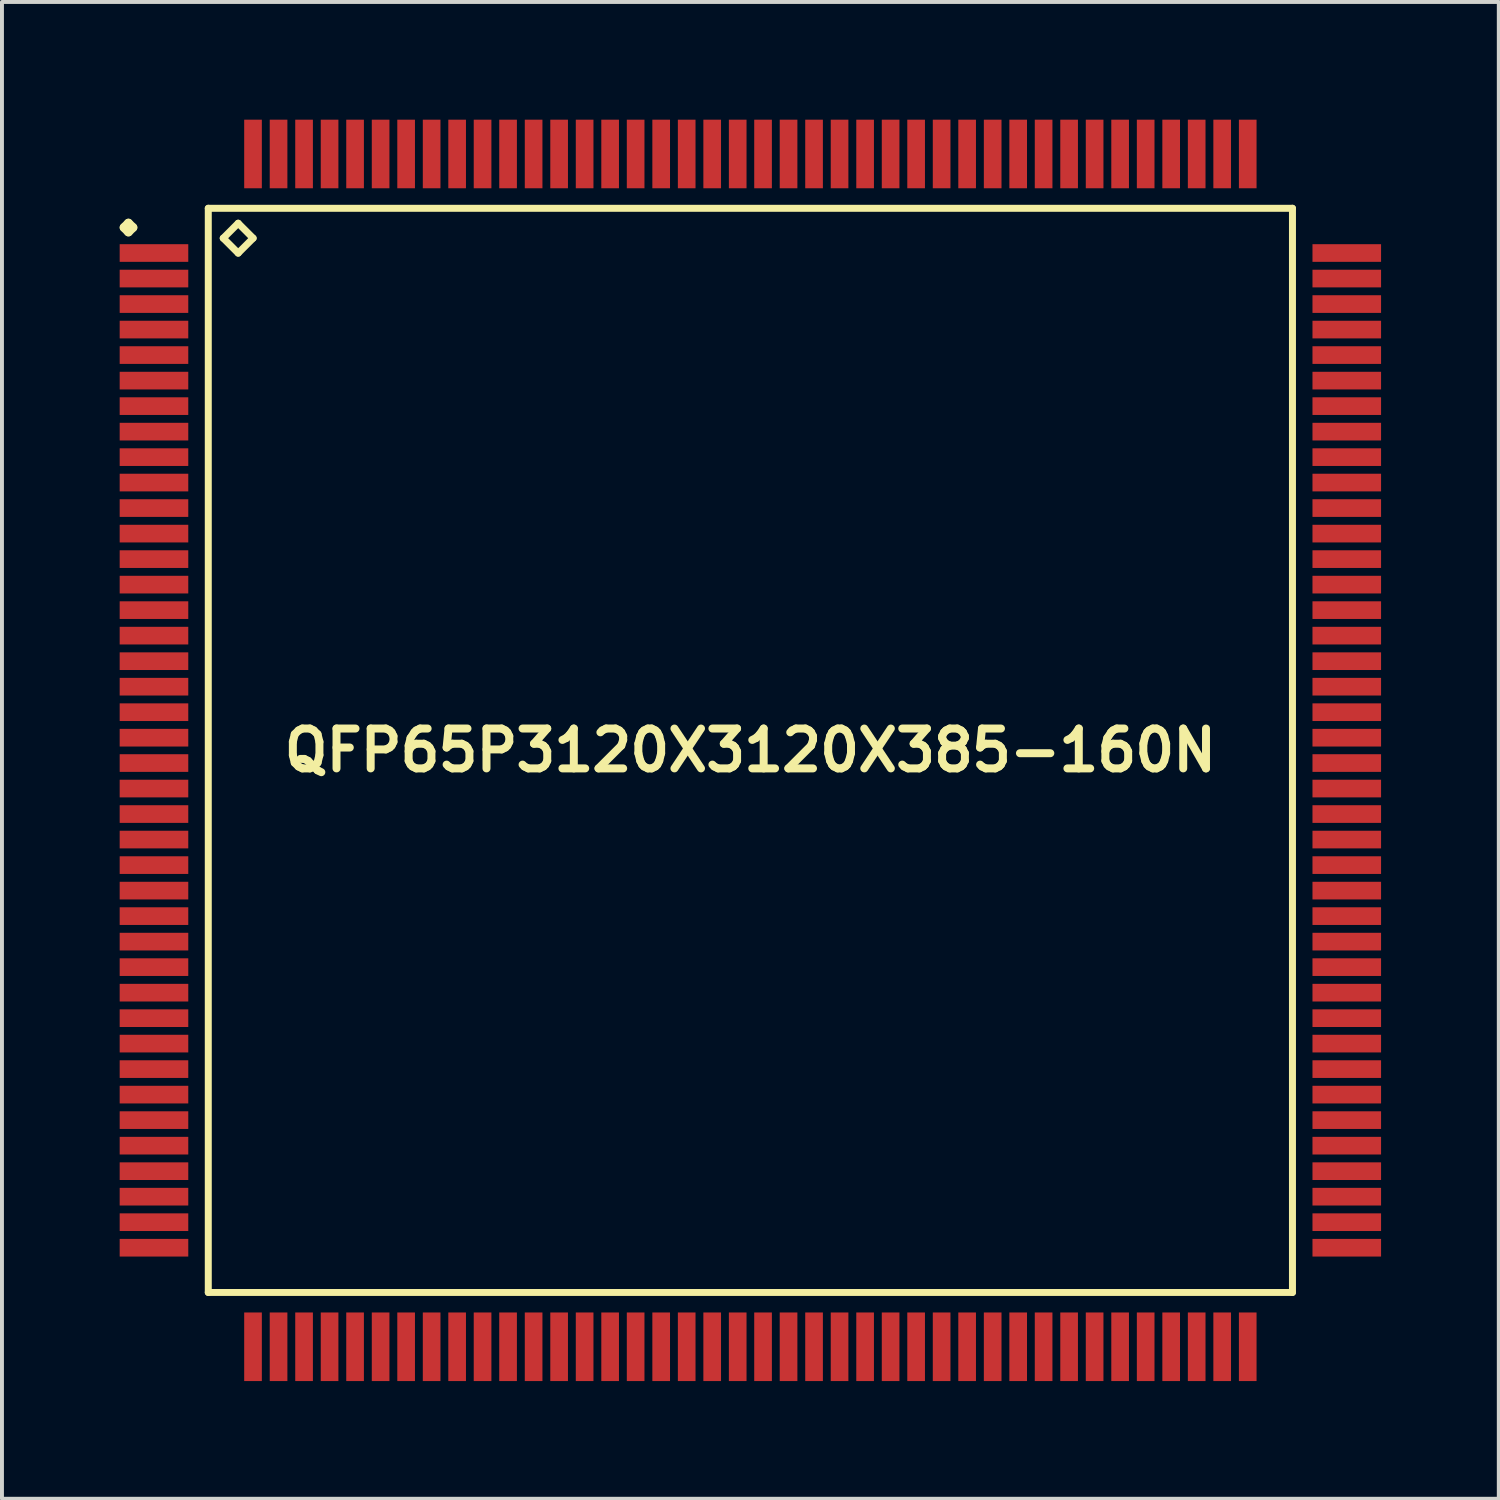
<source format=kicad_pcb>
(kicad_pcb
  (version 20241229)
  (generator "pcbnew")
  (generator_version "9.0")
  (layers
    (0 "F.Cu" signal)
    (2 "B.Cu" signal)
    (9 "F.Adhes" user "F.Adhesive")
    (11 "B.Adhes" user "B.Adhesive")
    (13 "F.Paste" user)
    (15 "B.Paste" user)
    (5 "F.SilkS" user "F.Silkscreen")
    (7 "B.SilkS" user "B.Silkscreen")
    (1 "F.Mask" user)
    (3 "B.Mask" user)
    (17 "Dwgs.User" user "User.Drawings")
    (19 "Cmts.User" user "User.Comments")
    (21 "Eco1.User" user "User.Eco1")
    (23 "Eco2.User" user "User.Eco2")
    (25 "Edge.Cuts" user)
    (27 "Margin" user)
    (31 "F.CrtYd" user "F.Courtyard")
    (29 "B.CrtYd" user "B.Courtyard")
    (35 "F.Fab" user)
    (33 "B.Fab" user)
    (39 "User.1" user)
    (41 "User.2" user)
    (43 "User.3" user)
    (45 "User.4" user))
  (footprint "QFP65P3120X3120X385-160N"
    (layer "F.Cu")
    (at 16.073 16.073)
    (property "Reference" "QFP65P3120X3120X385-160N" (at 0 0 0) (layer "F.SilkS") (effects (font (size 1.016 1.016) (thickness 0.203))))
    (attr smd)
    (fp_line (start -15.961 -13.325) (end -15.85 -13.437) (stroke (width 0.224) (type solid)) (layer "F.SilkS"))
    (fp_line (start -15.85 -13.437) (end -15.735 -13.325) (stroke (width 0.224) (type solid)) (layer "F.SilkS"))
    (fp_line (start -15.85 -13.211) (end -15.961 -13.325) (stroke (width 0.224) (type solid)) (layer "F.SilkS"))
    (fp_line (start -15.735 -13.325) (end -15.85 -13.211) (stroke (width 0.224) (type solid)) (layer "F.SilkS"))
    (fp_line (start -13.815 -13.815) (end -13.815 13.815) (stroke (width 0.178) (type solid)) (layer "F.SilkS"))
    (fp_line (start -13.815 13.815) (end 13.815 13.815) (stroke (width 0.178) (type solid)) (layer "F.SilkS"))
    (fp_line (start -13.434 -13.053) (end -13.053 -13.434) (stroke (width 0.178) (type solid)) (layer "F.SilkS"))
    (fp_line (start -13.053 -13.434) (end -12.672 -13.053) (stroke (width 0.178) (type solid)) (layer "F.SilkS"))
    (fp_line (start -13.053 -12.672) (end -13.434 -13.053) (stroke (width 0.178) (type solid)) (layer "F.SilkS"))
    (fp_line (start -12.672 -13.053) (end -13.053 -12.672) (stroke (width 0.178) (type solid)) (layer "F.SilkS"))
    (fp_line (start 13.815 -13.815) (end -13.815 -13.815) (stroke (width 0.178) (type solid)) (layer "F.SilkS"))
    (fp_line (start 13.815 13.815) (end 13.815 -13.815) (stroke (width 0.178) (type solid)) (layer "F.SilkS"))
    (pad "1" smd rect (at -15.199 -12.675) (size 1.748 0.45) (layers "F.Cu" "F.Mask" "F.Paste"))
    (pad "2" smd rect (at -15.199 -12.024) (size 1.748 0.45) (layers "F.Cu" "F.Mask" "F.Paste"))
    (pad "3" smd rect (at -15.199 -11.374) (size 1.748 0.45) (layers "F.Cu" "F.Mask" "F.Paste"))
    (pad "4" smd rect (at -15.199 -10.724) (size 1.748 0.45) (layers "F.Cu" "F.Mask" "F.Paste"))
    (pad "5" smd rect (at -15.199 -10.074) (size 1.748 0.45) (layers "F.Cu" "F.Mask" "F.Paste"))
    (pad "6" smd rect (at -15.199 -9.423) (size 1.748 0.45) (layers "F.Cu" "F.Mask" "F.Paste"))
    (pad "7" smd rect (at -15.199 -8.773) (size 1.748 0.45) (layers "F.Cu" "F.Mask" "F.Paste"))
    (pad "8" smd rect (at -15.199 -8.123) (size 1.748 0.45) (layers "F.Cu" "F.Mask" "F.Paste"))
    (pad "9" smd rect (at -15.199 -7.473) (size 1.748 0.45) (layers "F.Cu" "F.Mask" "F.Paste"))
    (pad "10" smd rect (at -15.199 -6.825) (size 1.748 0.45) (layers "F.Cu" "F.Mask" "F.Paste"))
    (pad "11" smd rect (at -15.199 -6.175) (size 1.748 0.45) (layers "F.Cu" "F.Mask" "F.Paste"))
    (pad "12" smd rect (at -15.199 -5.524) (size 1.748 0.45) (layers "F.Cu" "F.Mask" "F.Paste"))
    (pad "13" smd rect (at -15.199 -4.874) (size 1.748 0.45) (layers "F.Cu" "F.Mask" "F.Paste"))
    (pad "14" smd rect (at -15.199 -4.224) (size 1.748 0.45) (layers "F.Cu" "F.Mask" "F.Paste"))
    (pad "15" smd rect (at -15.199 -3.574) (size 1.748 0.45) (layers "F.Cu" "F.Mask" "F.Paste"))
    (pad "16" smd rect (at -15.199 -2.924) (size 1.748 0.45) (layers "F.Cu" "F.Mask" "F.Paste"))
    (pad "17" smd rect (at -15.199 -2.273) (size 1.748 0.45) (layers "F.Cu" "F.Mask" "F.Paste"))
    (pad "18" smd rect (at -15.199 -1.623) (size 1.748 0.45) (layers "F.Cu" "F.Mask" "F.Paste"))
    (pad "19" smd rect (at -15.199 -0.973) (size 1.748 0.45) (layers "F.Cu" "F.Mask" "F.Paste"))
    (pad "20" smd rect (at -15.199 -0.323) (size 1.748 0.45) (layers "F.Cu" "F.Mask" "F.Paste"))
    (pad "21" smd rect (at -15.199 0.323) (size 1.748 0.45) (layers "F.Cu" "F.Mask" "F.Paste"))
    (pad "22" smd rect (at -15.199 0.973) (size 1.748 0.45) (layers "F.Cu" "F.Mask" "F.Paste"))
    (pad "23" smd rect (at -15.199 1.623) (size 1.748 0.45) (layers "F.Cu" "F.Mask" "F.Paste"))
    (pad "24" smd rect (at -15.199 2.273) (size 1.748 0.45) (layers "F.Cu" "F.Mask" "F.Paste"))
    (pad "25" smd rect (at -15.199 2.924) (size 1.748 0.45) (layers "F.Cu" "F.Mask" "F.Paste"))
    (pad "26" smd rect (at -15.199 3.574) (size 1.748 0.45) (layers "F.Cu" "F.Mask" "F.Paste"))
    (pad "27" smd rect (at -15.199 4.224) (size 1.748 0.45) (layers "F.Cu" "F.Mask" "F.Paste"))
    (pad "28" smd rect (at -15.199 4.874) (size 1.748 0.45) (layers "F.Cu" "F.Mask" "F.Paste"))
    (pad "29" smd rect (at -15.199 5.524) (size 1.748 0.45) (layers "F.Cu" "F.Mask" "F.Paste"))
    (pad "30" smd rect (at -15.199 6.175) (size 1.748 0.45) (layers "F.Cu" "F.Mask" "F.Paste"))
    (pad "31" smd rect (at -15.199 6.825) (size 1.748 0.45) (layers "F.Cu" "F.Mask" "F.Paste"))
    (pad "32" smd rect (at -15.199 7.473) (size 1.748 0.45) (layers "F.Cu" "F.Mask" "F.Paste"))
    (pad "33" smd rect (at -15.199 8.123) (size 1.748 0.45) (layers "F.Cu" "F.Mask" "F.Paste"))
    (pad "34" smd rect (at -15.199 8.773) (size 1.748 0.45) (layers "F.Cu" "F.Mask" "F.Paste"))
    (pad "35" smd rect (at -15.199 9.423) (size 1.748 0.45) (layers "F.Cu" "F.Mask" "F.Paste"))
    (pad "36" smd rect (at -15.199 10.074) (size 1.748 0.45) (layers "F.Cu" "F.Mask" "F.Paste"))
    (pad "37" smd rect (at -15.199 10.724) (size 1.748 0.45) (layers "F.Cu" "F.Mask" "F.Paste"))
    (pad "38" smd rect (at -15.199 11.374) (size 1.748 0.45) (layers "F.Cu" "F.Mask" "F.Paste"))
    (pad "39" smd rect (at -15.199 12.024) (size 1.748 0.45) (layers "F.Cu" "F.Mask" "F.Paste"))
    (pad "40" smd rect (at -15.199 12.675) (size 1.748 0.45) (layers "F.Cu" "F.Mask" "F.Paste"))
    (pad "41" smd rect (at -12.675 15.199) (size 0.45 1.748) (layers "F.Cu" "F.Mask" "F.Paste"))
    (pad "42" smd rect (at -12.024 15.199) (size 0.45 1.748) (layers "F.Cu" "F.Mask" "F.Paste"))
    (pad "43" smd rect (at -11.374 15.199) (size 0.45 1.748) (layers "F.Cu" "F.Mask" "F.Paste"))
    (pad "44" smd rect (at -10.724 15.199) (size 0.45 1.748) (layers "F.Cu" "F.Mask" "F.Paste"))
    (pad "45" smd rect (at -10.074 15.199) (size 0.45 1.748) (layers "F.Cu" "F.Mask" "F.Paste"))
    (pad "46" smd rect (at -9.423 15.199) (size 0.45 1.748) (layers "F.Cu" "F.Mask" "F.Paste"))
    (pad "47" smd rect (at -8.773 15.199) (size 0.45 1.748) (layers "F.Cu" "F.Mask" "F.Paste"))
    (pad "48" smd rect (at -8.123 15.199) (size 0.45 1.748) (layers "F.Cu" "F.Mask" "F.Paste"))
    (pad "49" smd rect (at -7.473 15.199) (size 0.45 1.748) (layers "F.Cu" "F.Mask" "F.Paste"))
    (pad "50" smd rect (at -6.825 15.199) (size 0.45 1.748) (layers "F.Cu" "F.Mask" "F.Paste"))
    (pad "51" smd rect (at -6.175 15.199) (size 0.45 1.748) (layers "F.Cu" "F.Mask" "F.Paste"))
    (pad "52" smd rect (at -5.524 15.199) (size 0.45 1.748) (layers "F.Cu" "F.Mask" "F.Paste"))
    (pad "53" smd rect (at -4.874 15.199) (size 0.45 1.748) (layers "F.Cu" "F.Mask" "F.Paste"))
    (pad "54" smd rect (at -4.224 15.199) (size 0.45 1.748) (layers "F.Cu" "F.Mask" "F.Paste"))
    (pad "55" smd rect (at -3.574 15.199) (size 0.45 1.748) (layers "F.Cu" "F.Mask" "F.Paste"))
    (pad "56" smd rect (at -2.924 15.199) (size 0.45 1.748) (layers "F.Cu" "F.Mask" "F.Paste"))
    (pad "57" smd rect (at -2.273 15.199) (size 0.45 1.748) (layers "F.Cu" "F.Mask" "F.Paste"))
    (pad "58" smd rect (at -1.623 15.199) (size 0.45 1.748) (layers "F.Cu" "F.Mask" "F.Paste"))
    (pad "59" smd rect (at -0.973 15.199) (size 0.45 1.748) (layers "F.Cu" "F.Mask" "F.Paste"))
    (pad "60" smd rect (at -0.323 15.199) (size 0.45 1.748) (layers "F.Cu" "F.Mask" "F.Paste"))
    (pad "61" smd rect (at 0.323 15.199) (size 0.45 1.748) (layers "F.Cu" "F.Mask" "F.Paste"))
    (pad "62" smd rect (at 0.973 15.199) (size 0.45 1.748) (layers "F.Cu" "F.Mask" "F.Paste"))
    (pad "63" smd rect (at 1.623 15.199) (size 0.45 1.748) (layers "F.Cu" "F.Mask" "F.Paste"))
    (pad "64" smd rect (at 2.273 15.199) (size 0.45 1.748) (layers "F.Cu" "F.Mask" "F.Paste"))
    (pad "65" smd rect (at 2.924 15.199) (size 0.45 1.748) (layers "F.Cu" "F.Mask" "F.Paste"))
    (pad "66" smd rect (at 3.574 15.199) (size 0.45 1.748) (layers "F.Cu" "F.Mask" "F.Paste"))
    (pad "67" smd rect (at 4.224 15.199) (size 0.45 1.748) (layers "F.Cu" "F.Mask" "F.Paste"))
    (pad "68" smd rect (at 4.874 15.199) (size 0.45 1.748) (layers "F.Cu" "F.Mask" "F.Paste"))
    (pad "69" smd rect (at 5.524 15.199) (size 0.45 1.748) (layers "F.Cu" "F.Mask" "F.Paste"))
    (pad "70" smd rect (at 6.175 15.199) (size 0.45 1.748) (layers "F.Cu" "F.Mask" "F.Paste"))
    (pad "71" smd rect (at 6.825 15.199) (size 0.45 1.748) (layers "F.Cu" "F.Mask" "F.Paste"))
    (pad "72" smd rect (at 7.473 15.199) (size 0.45 1.748) (layers "F.Cu" "F.Mask" "F.Paste"))
    (pad "73" smd rect (at 8.123 15.199) (size 0.45 1.748) (layers "F.Cu" "F.Mask" "F.Paste"))
    (pad "74" smd rect (at 8.773 15.199) (size 0.45 1.748) (layers "F.Cu" "F.Mask" "F.Paste"))
    (pad "75" smd rect (at 9.423 15.199) (size 0.45 1.748) (layers "F.Cu" "F.Mask" "F.Paste"))
    (pad "76" smd rect (at 10.074 15.199) (size 0.45 1.748) (layers "F.Cu" "F.Mask" "F.Paste"))
    (pad "77" smd rect (at 10.724 15.199) (size 0.45 1.748) (layers "F.Cu" "F.Mask" "F.Paste"))
    (pad "78" smd rect (at 11.374 15.199) (size 0.45 1.748) (layers "F.Cu" "F.Mask" "F.Paste"))
    (pad "79" smd rect (at 12.024 15.199) (size 0.45 1.748) (layers "F.Cu" "F.Mask" "F.Paste"))
    (pad "80" smd rect (at 12.675 15.199) (size 0.45 1.748) (layers "F.Cu" "F.Mask" "F.Paste"))
    (pad "81" smd rect (at 15.199 12.675) (size 1.748 0.45) (layers "F.Cu" "F.Mask" "F.Paste"))
    (pad "82" smd rect (at 15.199 12.024) (size 1.748 0.45) (layers "F.Cu" "F.Mask" "F.Paste"))
    (pad "83" smd rect (at 15.199 11.374) (size 1.748 0.45) (layers "F.Cu" "F.Mask" "F.Paste"))
    (pad "84" smd rect (at 15.199 10.724) (size 1.748 0.45) (layers "F.Cu" "F.Mask" "F.Paste"))
    (pad "85" smd rect (at 15.199 10.074) (size 1.748 0.45) (layers "F.Cu" "F.Mask" "F.Paste"))
    (pad "86" smd rect (at 15.199 9.423) (size 1.748 0.45) (layers "F.Cu" "F.Mask" "F.Paste"))
    (pad "87" smd rect (at 15.199 8.773) (size 1.748 0.45) (layers "F.Cu" "F.Mask" "F.Paste"))
    (pad "88" smd rect (at 15.199 8.123) (size 1.748 0.45) (layers "F.Cu" "F.Mask" "F.Paste"))
    (pad "89" smd rect (at 15.199 7.473) (size 1.748 0.45) (layers "F.Cu" "F.Mask" "F.Paste"))
    (pad "90" smd rect (at 15.199 6.825) (size 1.748 0.45) (layers "F.Cu" "F.Mask" "F.Paste"))
    (pad "91" smd rect (at 15.199 6.175) (size 1.748 0.45) (layers "F.Cu" "F.Mask" "F.Paste"))
    (pad "92" smd rect (at 15.199 5.524) (size 1.748 0.45) (layers "F.Cu" "F.Mask" "F.Paste"))
    (pad "93" smd rect (at 15.199 4.874) (size 1.748 0.45) (layers "F.Cu" "F.Mask" "F.Paste"))
    (pad "94" smd rect (at 15.199 4.224) (size 1.748 0.45) (layers "F.Cu" "F.Mask" "F.Paste"))
    (pad "95" smd rect (at 15.199 3.574) (size 1.748 0.45) (layers "F.Cu" "F.Mask" "F.Paste"))
    (pad "96" smd rect (at 15.199 2.924) (size 1.748 0.45) (layers "F.Cu" "F.Mask" "F.Paste"))
    (pad "97" smd rect (at 15.199 2.273) (size 1.748 0.45) (layers "F.Cu" "F.Mask" "F.Paste"))
    (pad "98" smd rect (at 15.199 1.623) (size 1.748 0.45) (layers "F.Cu" "F.Mask" "F.Paste"))
    (pad "99" smd rect (at 15.199 0.973) (size 1.748 0.45) (layers "F.Cu" "F.Mask" "F.Paste"))
    (pad "100" smd rect (at 15.199 0.323) (size 1.748 0.45) (layers "F.Cu" "F.Mask" "F.Paste"))
    (pad "101" smd rect (at 15.199 -0.323) (size 1.748 0.45) (layers "F.Cu" "F.Mask" "F.Paste"))
    (pad "102" smd rect (at 15.199 -0.973) (size 1.748 0.45) (layers "F.Cu" "F.Mask" "F.Paste"))
    (pad "103" smd rect (at 15.199 -1.623) (size 1.748 0.45) (layers "F.Cu" "F.Mask" "F.Paste"))
    (pad "104" smd rect (at 15.199 -2.273) (size 1.748 0.45) (layers "F.Cu" "F.Mask" "F.Paste"))
    (pad "105" smd rect (at 15.199 -2.924) (size 1.748 0.45) (layers "F.Cu" "F.Mask" "F.Paste"))
    (pad "106" smd rect (at 15.199 -3.574) (size 1.748 0.45) (layers "F.Cu" "F.Mask" "F.Paste"))
    (pad "107" smd rect (at 15.199 -4.224) (size 1.748 0.45) (layers "F.Cu" "F.Mask" "F.Paste"))
    (pad "108" smd rect (at 15.199 -4.874) (size 1.748 0.45) (layers "F.Cu" "F.Mask" "F.Paste"))
    (pad "109" smd rect (at 15.199 -5.524) (size 1.748 0.45) (layers "F.Cu" "F.Mask" "F.Paste"))
    (pad "110" smd rect (at 15.199 -6.175) (size 1.748 0.45) (layers "F.Cu" "F.Mask" "F.Paste"))
    (pad "111" smd rect (at 15.199 -6.825) (size 1.748 0.45) (layers "F.Cu" "F.Mask" "F.Paste"))
    (pad "112" smd rect (at 15.199 -7.473) (size 1.748 0.45) (layers "F.Cu" "F.Mask" "F.Paste"))
    (pad "113" smd rect (at 15.199 -8.123) (size 1.748 0.45) (layers "F.Cu" "F.Mask" "F.Paste"))
    (pad "114" smd rect (at 15.199 -8.773) (size 1.748 0.45) (layers "F.Cu" "F.Mask" "F.Paste"))
    (pad "115" smd rect (at 15.199 -9.423) (size 1.748 0.45) (layers "F.Cu" "F.Mask" "F.Paste"))
    (pad "116" smd rect (at 15.199 -10.074) (size 1.748 0.45) (layers "F.Cu" "F.Mask" "F.Paste"))
    (pad "117" smd rect (at 15.199 -10.724) (size 1.748 0.45) (layers "F.Cu" "F.Mask" "F.Paste"))
    (pad "118" smd rect (at 15.199 -11.374) (size 1.748 0.45) (layers "F.Cu" "F.Mask" "F.Paste"))
    (pad "119" smd rect (at 15.199 -12.024) (size 1.748 0.45) (layers "F.Cu" "F.Mask" "F.Paste"))
    (pad "120" smd rect (at 15.199 -12.675) (size 1.748 0.45) (layers "F.Cu" "F.Mask" "F.Paste"))
    (pad "121" smd rect (at 12.675 -15.199) (size 0.45 1.748) (layers "F.Cu" "F.Mask" "F.Paste"))
    (pad "122" smd rect (at 12.024 -15.199) (size 0.45 1.748) (layers "F.Cu" "F.Mask" "F.Paste"))
    (pad "123" smd rect (at 11.374 -15.199) (size 0.45 1.748) (layers "F.Cu" "F.Mask" "F.Paste"))
    (pad "124" smd rect (at 10.724 -15.199) (size 0.45 1.748) (layers "F.Cu" "F.Mask" "F.Paste"))
    (pad "125" smd rect (at 10.074 -15.199) (size 0.45 1.748) (layers "F.Cu" "F.Mask" "F.Paste"))
    (pad "126" smd rect (at 9.423 -15.199) (size 0.45 1.748) (layers "F.Cu" "F.Mask" "F.Paste"))
    (pad "127" smd rect (at 8.773 -15.199) (size 0.45 1.748) (layers "F.Cu" "F.Mask" "F.Paste"))
    (pad "128" smd rect (at 8.123 -15.199) (size 0.45 1.748) (layers "F.Cu" "F.Mask" "F.Paste"))
    (pad "129" smd rect (at 7.473 -15.199) (size 0.45 1.748) (layers "F.Cu" "F.Mask" "F.Paste"))
    (pad "130" smd rect (at 6.825 -15.199) (size 0.45 1.748) (layers "F.Cu" "F.Mask" "F.Paste"))
    (pad "131" smd rect (at 6.175 -15.199) (size 0.45 1.748) (layers "F.Cu" "F.Mask" "F.Paste"))
    (pad "132" smd rect (at 5.524 -15.199) (size 0.45 1.748) (layers "F.Cu" "F.Mask" "F.Paste"))
    (pad "133" smd rect (at 4.874 -15.199) (size 0.45 1.748) (layers "F.Cu" "F.Mask" "F.Paste"))
    (pad "134" smd rect (at 4.224 -15.199) (size 0.45 1.748) (layers "F.Cu" "F.Mask" "F.Paste"))
    (pad "135" smd rect (at 3.574 -15.199) (size 0.45 1.748) (layers "F.Cu" "F.Mask" "F.Paste"))
    (pad "136" smd rect (at 2.924 -15.199) (size 0.45 1.748) (layers "F.Cu" "F.Mask" "F.Paste"))
    (pad "137" smd rect (at 2.273 -15.199) (size 0.45 1.748) (layers "F.Cu" "F.Mask" "F.Paste"))
    (pad "138" smd rect (at 1.623 -15.199) (size 0.45 1.748) (layers "F.Cu" "F.Mask" "F.Paste"))
    (pad "139" smd rect (at 0.973 -15.199) (size 0.45 1.748) (layers "F.Cu" "F.Mask" "F.Paste"))
    (pad "140" smd rect (at 0.323 -15.199) (size 0.45 1.748) (layers "F.Cu" "F.Mask" "F.Paste"))
    (pad "141" smd rect (at -0.323 -15.199) (size 0.45 1.748) (layers "F.Cu" "F.Mask" "F.Paste"))
    (pad "142" smd rect (at -0.973 -15.199) (size 0.45 1.748) (layers "F.Cu" "F.Mask" "F.Paste"))
    (pad "143" smd rect (at -1.623 -15.199) (size 0.45 1.748) (layers "F.Cu" "F.Mask" "F.Paste"))
    (pad "144" smd rect (at -2.273 -15.199) (size 0.45 1.748) (layers "F.Cu" "F.Mask" "F.Paste"))
    (pad "145" smd rect (at -2.924 -15.199) (size 0.45 1.748) (layers "F.Cu" "F.Mask" "F.Paste"))
    (pad "146" smd rect (at -3.574 -15.199) (size 0.45 1.748) (layers "F.Cu" "F.Mask" "F.Paste"))
    (pad "147" smd rect (at -4.224 -15.199) (size 0.45 1.748) (layers "F.Cu" "F.Mask" "F.Paste"))
    (pad "148" smd rect (at -4.874 -15.199) (size 0.45 1.748) (layers "F.Cu" "F.Mask" "F.Paste"))
    (pad "149" smd rect (at -5.524 -15.199) (size 0.45 1.748) (layers "F.Cu" "F.Mask" "F.Paste"))
    (pad "150" smd rect (at -6.175 -15.199) (size 0.45 1.748) (layers "F.Cu" "F.Mask" "F.Paste"))
    (pad "151" smd rect (at -6.825 -15.199) (size 0.45 1.748) (layers "F.Cu" "F.Mask" "F.Paste"))
    (pad "152" smd rect (at -7.473 -15.199) (size 0.45 1.748) (layers "F.Cu" "F.Mask" "F.Paste"))
    (pad "153" smd rect (at -8.123 -15.199) (size 0.45 1.748) (layers "F.Cu" "F.Mask" "F.Paste"))
    (pad "154" smd rect (at -8.773 -15.199) (size 0.45 1.748) (layers "F.Cu" "F.Mask" "F.Paste"))
    (pad "155" smd rect (at -9.423 -15.199) (size 0.45 1.748) (layers "F.Cu" "F.Mask" "F.Paste"))
    (pad "156" smd rect (at -10.074 -15.199) (size 0.45 1.748) (layers "F.Cu" "F.Mask" "F.Paste"))
    (pad "157" smd rect (at -10.724 -15.199) (size 0.45 1.748) (layers "F.Cu" "F.Mask" "F.Paste"))
    (pad "158" smd rect (at -11.374 -15.199) (size 0.45 1.748) (layers "F.Cu" "F.Mask" "F.Paste"))
    (pad "159" smd rect (at -12.024 -15.199) (size 0.45 1.748) (layers "F.Cu" "F.Mask" "F.Paste"))
    (pad "160" smd rect (at -12.675 -15.199) (size 0.45 1.748) (layers "F.Cu" "F.Mask" "F.Paste")))
  (gr_rect
    (start -3 -3)
    (end 35.146 35.146)
    (stroke (width 0.1) (type default))
    (fill no)
    (layer "Edge.Cuts")))
</source>
